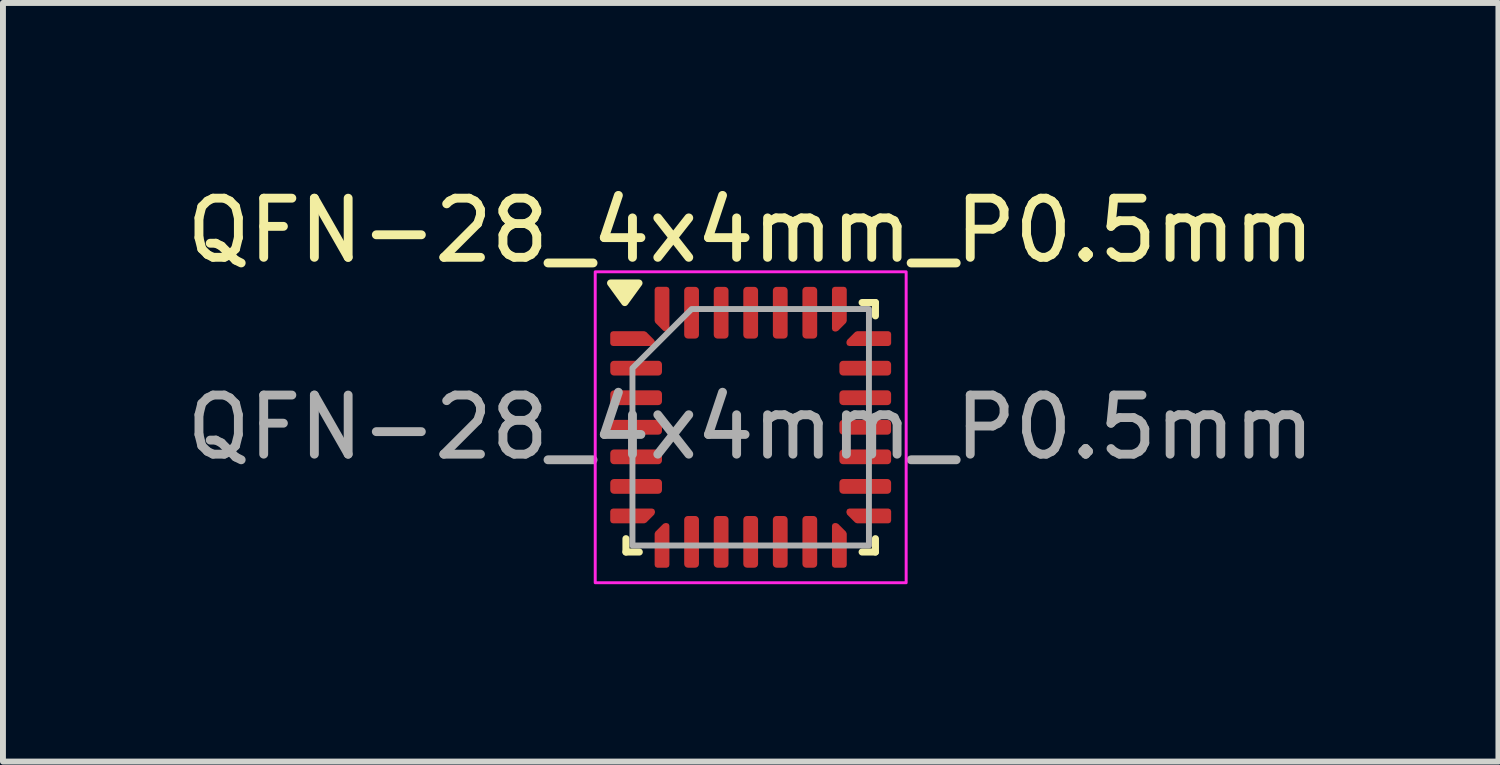
<source format=kicad_pcb>
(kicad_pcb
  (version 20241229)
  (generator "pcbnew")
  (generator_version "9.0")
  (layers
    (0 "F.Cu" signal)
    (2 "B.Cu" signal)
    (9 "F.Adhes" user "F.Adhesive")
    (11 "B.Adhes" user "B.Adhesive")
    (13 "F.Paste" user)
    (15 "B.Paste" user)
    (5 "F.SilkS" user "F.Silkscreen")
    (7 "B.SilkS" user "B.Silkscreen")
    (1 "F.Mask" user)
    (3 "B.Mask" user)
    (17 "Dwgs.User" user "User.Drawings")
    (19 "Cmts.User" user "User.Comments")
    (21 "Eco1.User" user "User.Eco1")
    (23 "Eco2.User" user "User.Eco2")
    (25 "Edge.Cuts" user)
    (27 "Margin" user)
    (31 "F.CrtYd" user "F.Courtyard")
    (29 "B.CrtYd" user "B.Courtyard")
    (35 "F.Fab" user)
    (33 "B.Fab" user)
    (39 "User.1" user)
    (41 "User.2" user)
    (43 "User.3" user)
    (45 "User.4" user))
  (footprint "QFN-28_4x4mm_P0.5mm"
    (layer "F.Cu")
    (at 9.649 4.178)
    (property "Reference" "QFN-28_4x4mm_P0.5mm" (at 0 -3.33 0) (layer "F.SilkS") (effects (font (size 1 1) (thickness 0.15))))
    (attr smd)
    (fp_line (start -2.11 2.11) (end -2.11 1.885) (stroke (width 0.12) (type solid)) (layer "F.SilkS"))
    (fp_line (start -1.885 2.11) (end -2.11 2.11) (stroke (width 0.12) (type solid)) (layer "F.SilkS"))
    (fp_line (start 1.885 -2.11) (end 2.11 -2.11) (stroke (width 0.12) (type solid)) (layer "F.SilkS"))
    (fp_line (start 1.885 2.11) (end 2.11 2.11) (stroke (width 0.12) (type solid)) (layer "F.SilkS"))
    (fp_line (start 2.11 -2.11) (end 2.11 -1.885) (stroke (width 0.12) (type solid)) (layer "F.SilkS"))
    (fp_line (start 2.11 2.11) (end 2.11 1.885) (stroke (width 0.12) (type solid)) (layer "F.SilkS"))
    (fp_poly (pts (xy -2.13 -2.11) (xy -2.37 -2.44) (xy -1.89 -2.44)) (stroke (width 0.12) (type solid)) (fill yes) (layer "F.SilkS"))
    (fp_rect (start -2.63 -2.63) (end 2.63 2.63) (stroke (width 0.05) (type solid)) (fill no) (layer "F.CrtYd"))
    (fp_poly (pts (xy -2 -1) (xy -2 2) (xy 2 2) (xy 2 -2) (xy -1 -2)) (stroke (width 0.1) (type solid)) (fill no) (layer "F.Fab"))
    (fp_text user "${REFERENCE}" (at 0 0 0) (layer "F.Fab") (effects (font (size 1 1) (thickness 0.15))))
    (pad "1" smd custom (at -1.998 -1.5) (size 0.137 0.137) (layers "F.Cu" "F.Mask" "F.Paste") (options (anchor circle)) (primitives (gr_poly (pts (xy -0.333 -0.08) (xy 0.199 -0.08) (xy 0.333 0.054) (xy 0.333 0.08) (xy -0.333 0.08)) (width 0.09) (fill yes))))
    (pad "2" smd roundrect (at -1.938 -1) (size 0.875 0.25) (layers "F.Cu" "F.Mask" "F.Paste") (roundrect_rratio 0.25))
    (pad "3" smd roundrect (at -1.938 -0.5) (size 0.875 0.25) (layers "F.Cu" "F.Mask" "F.Paste") (roundrect_rratio 0.25))
    (pad "4" smd roundrect (at -1.938 0) (size 0.875 0.25) (layers "F.Cu" "F.Mask" "F.Paste") (roundrect_rratio 0.25))
    (pad "5" smd roundrect (at -1.938 0.5) (size 0.875 0.25) (layers "F.Cu" "F.Mask" "F.Paste") (roundrect_rratio 0.25))
    (pad "6" smd roundrect (at -1.938 1) (size 0.875 0.25) (layers "F.Cu" "F.Mask" "F.Paste") (roundrect_rratio 0.25))
    (pad "7" smd custom (at -1.998 1.5) (size 0.137 0.137) (layers "F.Cu" "F.Mask" "F.Paste") (options (anchor circle)) (primitives (gr_poly (pts (xy -0.333 -0.08) (xy 0.333 -0.08) (xy 0.333 -0.054) (xy 0.199 0.08) (xy -0.333 0.08)) (width 0.09) (fill yes))))
    (pad "8" smd custom (at -1.5 1.998) (size 0.137 0.137) (layers "F.Cu" "F.Mask" "F.Paste") (options (anchor circle)) (primitives (gr_poly (pts (xy -0.08 -0.199) (xy 0.054 -0.333) (xy 0.08 -0.333) (xy 0.08 0.333) (xy -0.08 0.333)) (width 0.09) (fill yes))))
    (pad "9" smd roundrect (at -1 1.938) (size 0.25 0.875) (layers "F.Cu" "F.Mask" "F.Paste") (roundrect_rratio 0.25))
    (pad "10" smd roundrect (at -0.5 1.938) (size 0.25 0.875) (layers "F.Cu" "F.Mask" "F.Paste") (roundrect_rratio 0.25))
    (pad "11" smd roundrect (at 0 1.938) (size 0.25 0.875) (layers "F.Cu" "F.Mask" "F.Paste") (roundrect_rratio 0.25))
    (pad "12" smd roundrect (at 0.5 1.938) (size 0.25 0.875) (layers "F.Cu" "F.Mask" "F.Paste") (roundrect_rratio 0.25))
    (pad "13" smd roundrect (at 1 1.938) (size 0.25 0.875) (layers "F.Cu" "F.Mask" "F.Paste") (roundrect_rratio 0.25))
    (pad "14" smd custom (at 1.5 1.998) (size 0.137 0.137) (layers "F.Cu" "F.Mask" "F.Paste") (options (anchor circle)) (primitives (gr_poly (pts (xy -0.08 -0.333) (xy -0.054 -0.333) (xy 0.08 -0.199) (xy 0.08 0.333) (xy -0.08 0.333)) (width 0.09) (fill yes))))
    (pad "15" smd custom (at 1.998 1.5) (size 0.137 0.137) (layers "F.Cu" "F.Mask" "F.Paste") (options (anchor circle)) (primitives (gr_poly (pts (xy -0.333 -0.08) (xy 0.333 -0.08) (xy 0.333 0.08) (xy -0.199 0.08) (xy -0.333 -0.054)) (width 0.09) (fill yes))))
    (pad "16" smd roundrect (at 1.938 1) (size 0.875 0.25) (layers "F.Cu" "F.Mask" "F.Paste") (roundrect_rratio 0.25))
    (pad "17" smd roundrect (at 1.938 0.5) (size 0.875 0.25) (layers "F.Cu" "F.Mask" "F.Paste") (roundrect_rratio 0.25))
    (pad "18" smd roundrect (at 1.938 0) (size 0.875 0.25) (layers "F.Cu" "F.Mask" "F.Paste") (roundrect_rratio 0.25))
    (pad "19" smd roundrect (at 1.938 -0.5) (size 0.875 0.25) (layers "F.Cu" "F.Mask" "F.Paste") (roundrect_rratio 0.25))
    (pad "20" smd roundrect (at 1.938 -1) (size 0.875 0.25) (layers "F.Cu" "F.Mask" "F.Paste") (roundrect_rratio 0.25))
    (pad "21" smd custom (at 1.998 -1.5) (size 0.137 0.137) (layers "F.Cu" "F.Mask" "F.Paste") (options (anchor circle)) (primitives (gr_poly (pts (xy -0.333 0.054) (xy -0.199 -0.08) (xy 0.333 -0.08) (xy 0.333 0.08) (xy -0.333 0.08)) (width 0.09) (fill yes))))
    (pad "22" smd custom (at 1.5 -1.998) (size 0.137 0.137) (layers "F.Cu" "F.Mask" "F.Paste") (options (anchor circle)) (primitives (gr_poly (pts (xy -0.08 -0.333) (xy 0.08 -0.333) (xy 0.08 0.199) (xy -0.054 0.333) (xy -0.08 0.333)) (width 0.09) (fill yes))))
    (pad "23" smd roundrect (at 1 -1.938) (size 0.25 0.875) (layers "F.Cu" "F.Mask" "F.Paste") (roundrect_rratio 0.25))
    (pad "24" smd roundrect (at 0.5 -1.938) (size 0.25 0.875) (layers "F.Cu" "F.Mask" "F.Paste") (roundrect_rratio 0.25))
    (pad "25" smd roundrect (at 0 -1.938) (size 0.25 0.875) (layers "F.Cu" "F.Mask" "F.Paste") (roundrect_rratio 0.25))
    (pad "26" smd roundrect (at -0.5 -1.938) (size 0.25 0.875) (layers "F.Cu" "F.Mask" "F.Paste") (roundrect_rratio 0.25))
    (pad "27" smd roundrect (at -1 -1.938) (size 0.25 0.875) (layers "F.Cu" "F.Mask" "F.Paste") (roundrect_rratio 0.25))
    (pad "28" smd custom (at -1.5 -1.998) (size 0.137 0.137) (layers "F.Cu" "F.Mask" "F.Paste") (options (anchor circle)) (primitives (gr_poly (pts (xy -0.08 -0.333) (xy 0.08 -0.333) (xy 0.08 0.333) (xy 0.054 0.333) (xy -0.08 0.199)) (width 0.09) (fill yes)))))
  (gr_rect
    (start -3 -3)
    (end 22.298 9.833)
    (stroke (width 0.1) (type default))
    (fill no)
    (layer "Edge.Cuts")))
</source>
